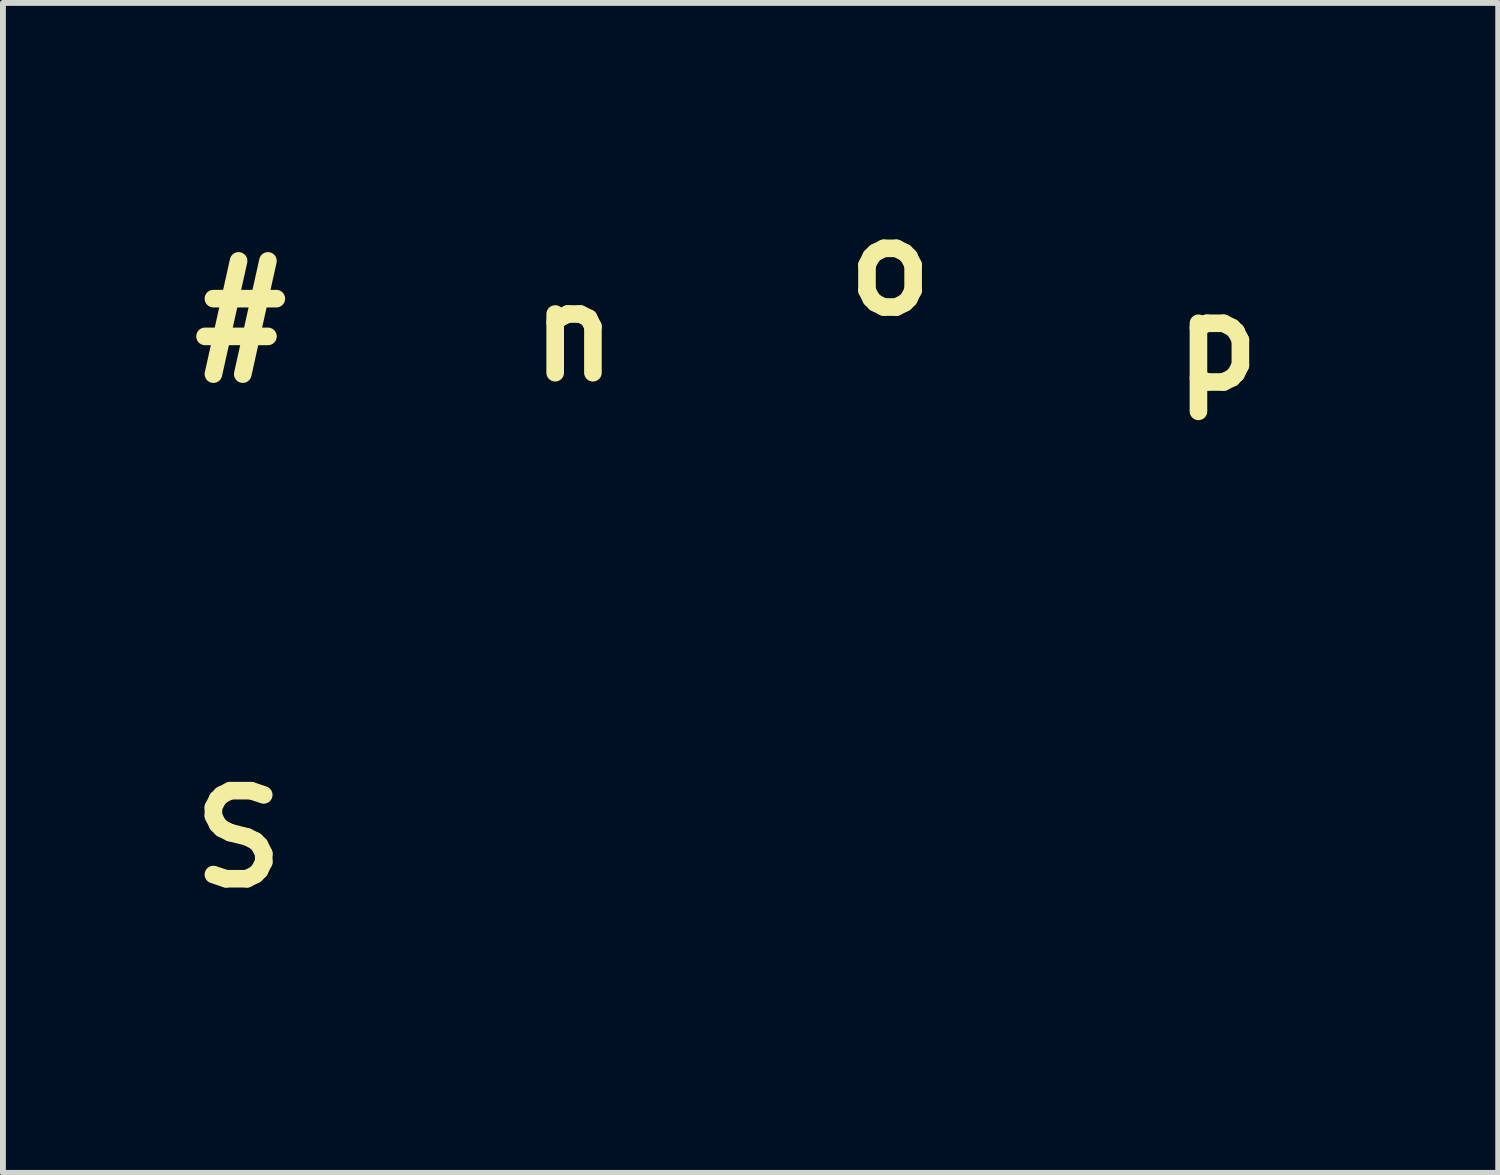
<source format=kicad_pcb>
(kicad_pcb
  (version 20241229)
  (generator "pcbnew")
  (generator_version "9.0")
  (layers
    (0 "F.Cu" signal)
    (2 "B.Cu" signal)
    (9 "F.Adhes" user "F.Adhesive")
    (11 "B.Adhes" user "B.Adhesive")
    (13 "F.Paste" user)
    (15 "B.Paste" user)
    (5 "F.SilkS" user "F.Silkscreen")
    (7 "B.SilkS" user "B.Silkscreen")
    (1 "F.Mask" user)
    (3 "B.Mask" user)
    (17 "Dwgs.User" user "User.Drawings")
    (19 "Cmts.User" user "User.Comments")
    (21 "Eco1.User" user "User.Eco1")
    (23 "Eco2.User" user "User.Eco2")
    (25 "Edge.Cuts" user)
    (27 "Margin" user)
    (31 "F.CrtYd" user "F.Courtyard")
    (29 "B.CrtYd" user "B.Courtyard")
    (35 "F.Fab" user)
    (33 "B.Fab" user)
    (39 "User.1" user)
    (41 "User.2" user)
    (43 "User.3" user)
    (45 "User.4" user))
  (footprint "#"
    (layer "F.Cu")
    (at 1.05 2.359)
    (property "Reference" "#" (at 0 0 0) (layer "F.SilkS") (effects (font (size 1.5 1.5) (thickness 0.3))))
    (attr board_only exclude_from_pos_files exclude_from_bom)
    (fp_poly (pts (xy -0.631 -1.957) (xy -0.583 -1.896) (xy -0.516 -1.751) (xy -0.439 -1.543) (xy -0.358 -1.296) (xy -0.283 -1.032) (xy -0.245 -0.881) (xy -0.161 -0.528) (xy -0.314 -0.403) (xy -0.432 -0.319) (xy -0.521 -0.277) (xy -0.529 -0.276) (xy -0.571 -0.325) (xy -0.624 -0.454) (xy -0.678 -0.639) (xy -0.686 -0.672) (xy -0.752 -0.929) (xy -0.831 -1.199) (xy -0.894 -1.393) (xy -1.008 -1.717) (xy -0.847 -1.845) (xy -0.729 -1.925) (xy -0.642 -1.958)) (stroke (width 0) (type solid)) (fill yes) (layer "F.Mask"))
    (fp_poly (pts (xy 0.256 -2.31) (xy 0.314 -2.179) (xy 0.385 -1.988) (xy 0.46 -1.763) (xy 0.531 -1.526) (xy 0.59 -1.302) (xy 0.604 -1.238) (xy 0.635 -1.075) (xy 0.631 -0.977) (xy 0.581 -0.904) (xy 0.51 -0.843) (xy 0.391 -0.758) (xy 0.302 -0.716) (xy 0.294 -0.715) (xy 0.252 -0.764) (xy 0.199 -0.893) (xy 0.146 -1.078) (xy 0.138 -1.111) (xy 0.076 -1.361) (xy 0.008 -1.617) (xy -0.045 -1.803) (xy -0.134 -2.097) (xy 0.019 -2.228) (xy 0.131 -2.314) (xy 0.21 -2.358) (xy 0.218 -2.359)) (stroke (width 0) (type solid)) (fill yes) (layer "F.Mask"))
    (fp_poly (pts (xy 1.421 -2.221) (xy 1.562 -2.19) (xy 1.653 -2.162) (xy 1.659 -2.159) (xy 1.686 -2.087) (xy 1.699 -1.926) (xy 1.7 -1.698) (xy 1.689 -1.423) (xy 1.666 -1.121) (xy 1.633 -0.812) (xy 1.591 -0.521) (xy 1.522 -0.129) (xy 1.454 0.187) (xy 1.378 0.458) (xy 1.283 0.718) (xy 1.159 0.997) (xy 1.057 1.207) (xy 0.901 1.501) (xy 0.743 1.741) (xy 0.552 1.97) (xy 0.376 2.153) (xy 0.199 2.326) (xy 0.047 2.464) (xy -0.062 2.554) (xy -0.106 2.578) (xy -0.167 2.536) (xy -0.259 2.429) (xy -0.313 2.352) (xy -0.462 2.126) (xy -0.346 2.037) (xy -0.228 1.946) (xy -0.078 1.829) (xy -0.039 1.799) (xy 0.083 1.682) (xy 0.234 1.505) (xy 0.384 1.302) (xy 0.416 1.255) (xy 0.689 0.755) (xy 0.905 0.161) (xy 1.064 -0.523) (xy 1.165 -1.296) (xy 1.189 -1.637) (xy 1.224 -2.258)) (stroke (width 0) (type solid)) (fill yes) (layer "F.Mask")))
  (footprint "S"
    (layer "F.Cu")
    (at 1.014 11.241)
    (property "Reference" "S" (at 0 0 0) (layer "F.SilkS") (effects (font (size 1.5 1.5) (thickness 0.3))))
    (attr board_only exclude_from_pos_files exclude_from_bom)
    (fp_poly (pts (xy 0.084 -2.49) (xy 0.207 -2.448) (xy 0.303 -2.405) (xy 0.33 -2.383) (xy 0.333 -2.312) (xy 0.313 -2.176) (xy 0.281 -2.035) (xy 0.227 -1.825) (xy 0.207 -1.69) (xy 0.236 -1.614) (xy 0.327 -1.579) (xy 0.495 -1.569) (xy 0.672 -1.568) (xy 1.141 -1.564) (xy 1.284 -1.392) (xy 1.427 -1.22) (xy 1.346 -0.699) (xy 1.196 0.08) (xy 1 0.773) (xy 0.755 1.386) (xy 0.459 1.925) (xy 0.111 2.395) (xy 0.044 2.47) (xy -0.09 2.614) (xy -0.18 2.686) (xy -0.247 2.689) (xy -0.311 2.626) (xy -0.369 2.543) (xy -0.496 2.35) (xy -0.298 2.126) (xy 0.092 1.611) (xy 0.396 1.043) (xy 0.613 0.428) (xy 0.741 -0.227) (xy 0.775 -0.684) (xy 0.786 -1.039) (xy 0.418 -1.054) (xy 0.24 -1.06) (xy 0.109 -1.06) (xy 0.052 -1.055) (xy 0.051 -1.054) (xy 0.031 -0.97) (xy -0.021 -0.819) (xy -0.096 -0.622) (xy -0.185 -0.405) (xy -0.277 -0.19) (xy -0.363 -0.003) (xy -0.429 0.127) (xy -0.613 0.457) (xy -0.788 0.317) (xy -0.895 0.225) (xy -0.957 0.156) (xy -0.963 0.141) (xy -0.938 0.082) (xy -0.873 -0.034) (xy -0.813 -0.132) (xy -0.603 -0.534) (xy -0.42 -1.031) (xy -0.266 -1.623) (xy -0.183 -2.048) (xy -0.146 -2.249) (xy -0.115 -2.408) (xy -0.093 -2.501) (xy -0.087 -2.515) (xy -0.028 -2.517)) (stroke (width 0) (type solid)) (fill yes) (layer "F.Mask")))
  (footprint "p"
    (layer "F.Cu")
    (at 17.687 2.779)
    (property "Reference" "p" (at 0 0 0) (layer "F.SilkS") (effects (font (size 1.5 1.5) (thickness 0.3))))
    (attr board_only exclude_from_pos_files exclude_from_bom)
    (fp_poly (pts (xy 0.667 -2.086) (xy 0.667 -1.394) (xy 1.209 -1.378) (xy 1.751 -1.362) (xy 1.768 -1.1) (xy 1.784 -0.838) (xy 1.24 -0.822) (xy 0.695 -0.806) (xy 0.664 0.973) (xy 0.656 1.405) (xy 0.649 1.801) (xy 0.641 2.146) (xy 0.635 2.427) (xy 0.629 2.631) (xy 0.624 2.744) (xy 0.623 2.764) (xy 0.512 2.834) (xy 0.336 2.897) (xy 0.142 2.938) (xy 0.033 2.946) (xy -0.122 2.94) (xy -0.201 2.908) (xy -0.238 2.827) (xy -0.253 2.757) (xy -0.277 2.55) (xy -0.246 2.423) (xy -0.151 2.356) (xy -0.055 2.334) (xy 0.139 2.307) (xy 0.149 1.306) (xy 0.159 0.306) (xy 0.02 0.611) (xy -0.155 0.984) (xy -0.308 1.282) (xy -0.455 1.533) (xy -0.613 1.766) (xy -0.683 1.861) (xy -0.813 2.029) (xy -0.922 2.156) (xy -0.989 2.219) (xy -0.998 2.223) (xy -1.056 2.183) (xy -1.15 2.081) (xy -1.192 2.028) (xy -1.341 1.832) (xy -1.012 1.396) (xy -0.868 1.198) (xy -0.742 1.005) (xy -0.62 0.793) (xy -0.488 0.537) (xy -0.332 0.212) (xy -0.272 0.083) (xy -0.22 -0.052) (xy -0.162 -0.233) (xy -0.108 -0.429) (xy -0.065 -0.61) (xy -0.041 -0.745) (xy -0.042 -0.802) (xy -0.108 -0.815) (xy -0.26 -0.826) (xy -0.473 -0.832) (xy -0.648 -0.834) (xy -1.223 -0.834) (xy -1.223 -1.112) (xy -1.223 -1.389) (xy -0.528 -1.389) (xy 0.167 -1.389) (xy 0.167 -2.084) (xy 0.167 -2.779) (xy 0.417 -2.779) (xy 0.667 -2.779)) (stroke (width 0) (type solid)) (fill yes) (layer "F.Mask")))
  (footprint "n"
    (layer "F.Cu")
    (at 6.729 2.621)
    (property "Reference" "n" (at 0 0 0) (layer "F.SilkS") (effects (font (size 1.5 1.5) (thickness 0.3))))
    (attr board_only exclude_from_pos_files exclude_from_bom)
    (fp_poly (pts (xy 0.381 -2.049) (xy 0.381 -1.477) (xy 0.834 -1.477) (xy 1.287 -1.477) (xy 1.287 -0.807) (xy 1.258 -0.174) (xy 1.171 0.397) (xy 1.023 0.922) (xy 0.837 1.358) (xy 0.717 1.582) (xy 0.579 1.807) (xy 0.436 2.014) (xy 0.299 2.188) (xy 0.183 2.312) (xy 0.097 2.371) (xy 0.091 2.372) (xy 0.023 2.341) (xy -0.06 2.241) (xy -0.087 2.196) (xy -0.194 2.006) (xy -0.033 1.825) (xy 0.269 1.418) (xy 0.512 0.942) (xy 0.692 0.403) (xy 0.807 -0.19) (xy 0.843 -0.561) (xy 0.872 -1.004) (xy 0.21 -0.99) (xy -0.453 -0.977) (xy -0.477 -0.334) (xy -0.5 0.31) (xy -0.703 0.324) (xy -0.905 0.339) (xy -0.905 -0.567) (xy -0.905 -1.474) (xy -0.488 -1.487) (xy -0.071 -1.501) (xy -0.058 -2.061) (xy -0.045 -2.621) (xy 0.168 -2.621) (xy 0.381 -2.621)) (stroke (width 0) (type solid)) (fill yes) (layer "F.Mask")))
  (footprint "o"
    (layer "F.Cu")
    (at 12.112 1.502)
    (property "Reference" "o" (at 0 0 0) (layer "F.SilkS") (effects (font (size 1.5 1.5) (thickness 0.3))))
    (attr board_only exclude_from_pos_files exclude_from_bom)
    (fp_poly (pts (xy 1.038 -1.286) (xy 1.024 -1.07) (xy 0.66 -1.047) (xy 0.296 -1.024) (xy 0.284 -0.013) (xy 0.271 0.998) (xy 0.739 1.011) (xy 1.206 1.024) (xy 1.22 1.263) (xy 1.234 1.502) (xy 0.068 1.502) (xy -1.097 1.502) (xy -1.083 1.263) (xy -1.07 1.024) (xy -0.603 1.011) (xy -0.137 0.998) (xy -0.137 -0.024) (xy -0.137 -1.047) (xy -0.501 -1.047) (xy -0.865 -1.047) (xy -0.865 -1.275) (xy -0.865 -1.502) (xy 0.094 -1.502) (xy 1.052 -1.502)) (stroke (width 0) (type solid)) (fill yes) (layer "F.Mask")))
  (gr_rect
    (start -3 -3)
    (end 22.472 16.93)
    (stroke (width 0.1) (type default))
    (fill no)
    (layer "Edge.Cuts")))
</source>
